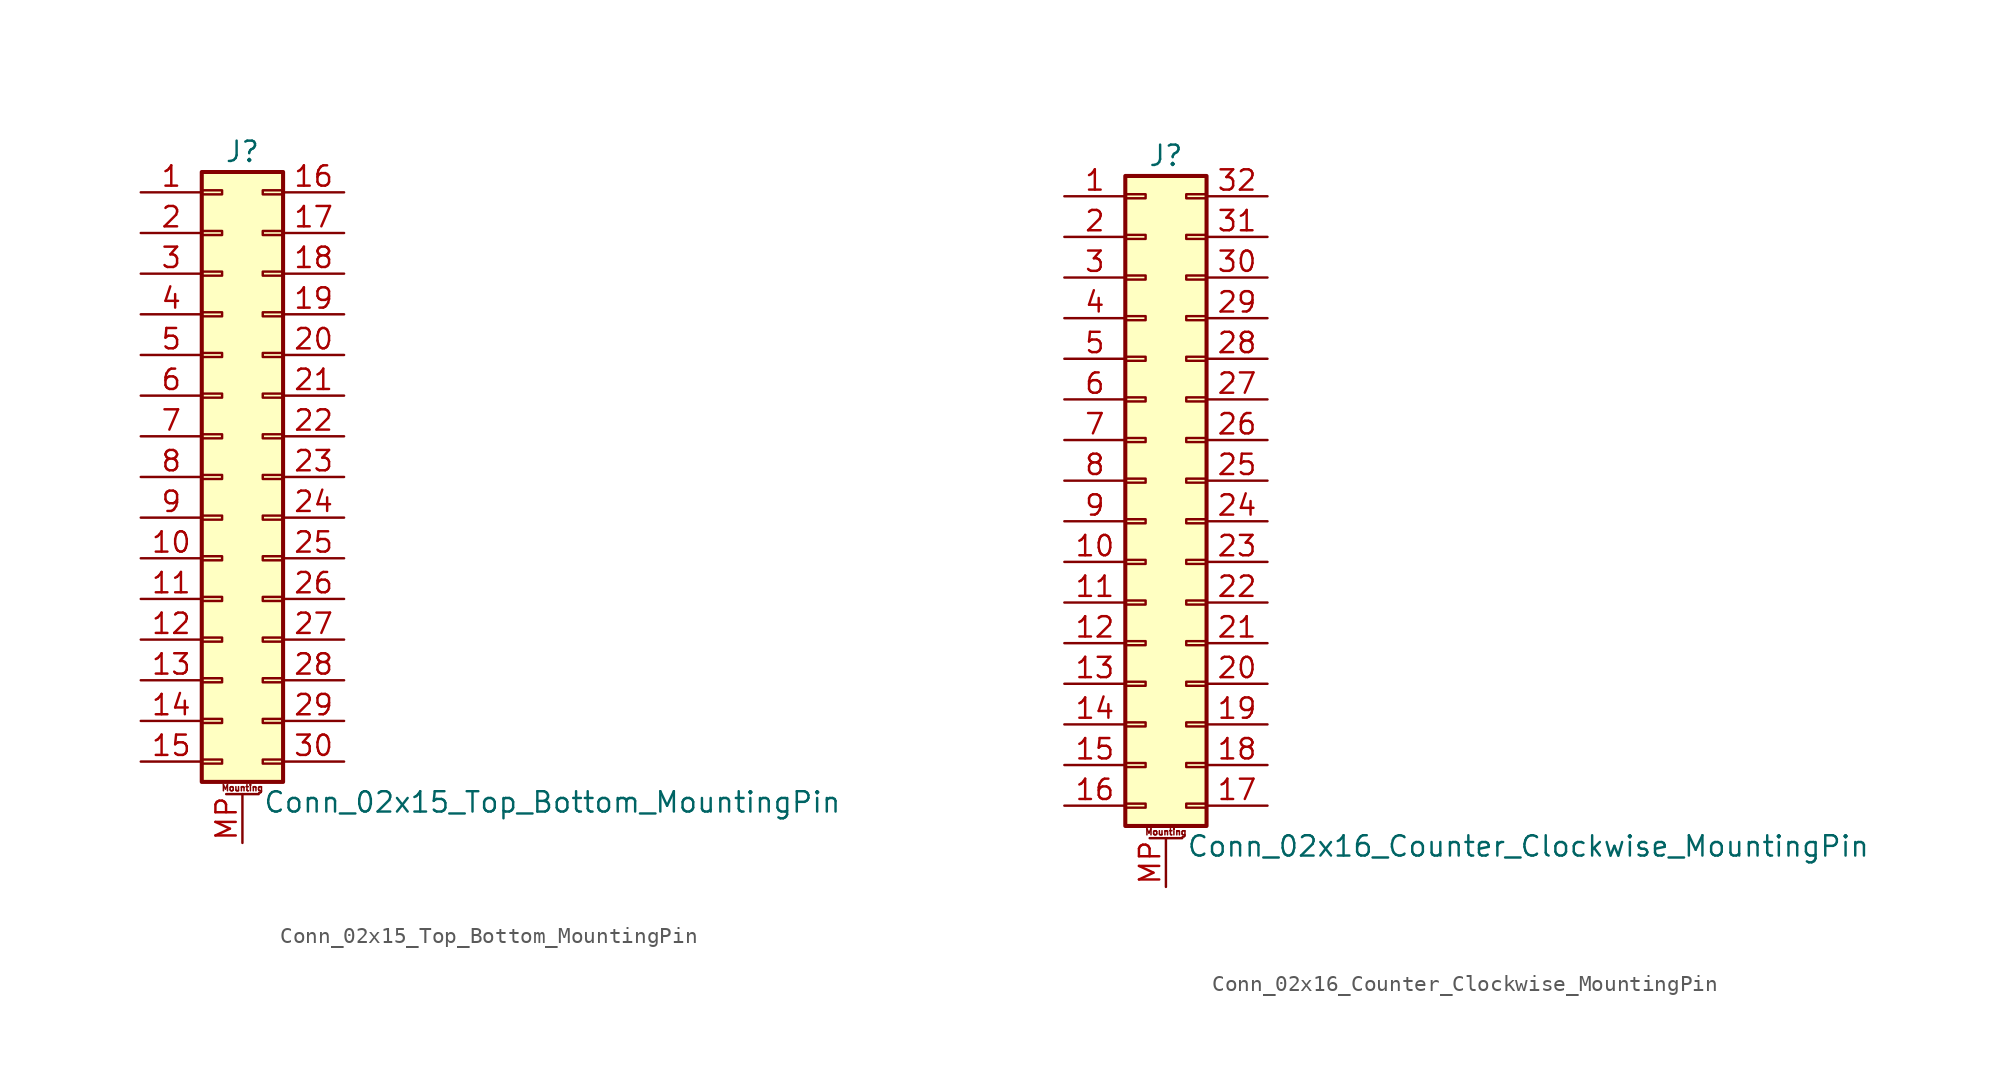
<source format=kicad_sym>
(kicad_symbol_lib
  (version 20201005)
  (generator kicad_symbol_editor)
  (symbol "Connector_Generic_MountingPin:Conn_02x15_Top_Bottom_MountingPin"
    (pin_names
      (offset 1.016) hide)
    (property "Reference" "J"
      (at 1.27 20.32 0)
      (effects (font (size 1.27 1.27))))
    (property "Value" "Conn_02x15_Top_Bottom_MountingPin"
      (at 2.54 -20.32 0)
      (effects (font (size 1.27 1.27)) (justify left)))
    (symbol "Conn_02x15_Top_Bottom_MountingPin_1_1"
      (text "Mounting" (at 1.27 -19.431 0) (effects (font (size 0.381 0.381))))
      (rectangle (start -1.27 -4.953) (end 0 -5.207) (stroke (width 0.152)) (fill (type none)))
      (rectangle (start -1.27 -7.493) (end 0 -7.747) (stroke (width 0.152)) (fill (type none)))
      (rectangle (start -1.27 -10.033) (end 0 -10.287) (stroke (width 0.152)) (fill (type none)))
      (rectangle (start -1.27 -12.573) (end 0 -12.827) (stroke (width 0.152)) (fill (type none)))
      (rectangle (start -1.27 -15.113) (end 0 -15.367) (stroke (width 0.152)) (fill (type none)))
      (rectangle (start -1.27 -17.653) (end 0 -17.907) (stroke (width 0.152)) (fill (type none)))
      (rectangle (start -1.27 -2.413) (end 0 -2.667) (stroke (width 0.152)) (fill (type none)))
      (rectangle (start -1.27 2.667) (end 0 2.413) (stroke (width 0.152)) (fill (type none)))
      (rectangle (start -1.27 5.207) (end 0 4.953) (stroke (width 0.152)) (fill (type none)))
      (rectangle (start -1.27 7.747) (end 0 7.493) (stroke (width 0.152)) (fill (type none)))
      (rectangle (start -1.27 10.287) (end 0 10.033) (stroke (width 0.152)) (fill (type none)))
      (rectangle (start -1.27 0.127) (end 0 -0.127) (stroke (width 0.152)) (fill (type none)))
      (rectangle (start -1.27 12.827) (end 0 12.573) (stroke (width 0.152)) (fill (type none)))
      (rectangle (start -1.27 15.367) (end 0 15.113) (stroke (width 0.152)) (fill (type none)))
      (rectangle (start -1.27 17.907) (end 0 17.653) (stroke (width 0.152)) (fill (type none)))
      (rectangle (start -1.27 19.05) (end 3.81 -19.05) (stroke (width 0.254)) (fill (type background)))
      (rectangle (start 3.81 -4.953) (end 2.54 -5.207) (stroke (width 0.152)) (fill (type none)))
      (rectangle (start 3.81 -7.493) (end 2.54 -7.747) (stroke (width 0.152)) (fill (type none)))
      (rectangle (start 3.81 -10.033) (end 2.54 -10.287) (stroke (width 0.152)) (fill (type none)))
      (rectangle (start 3.81 -12.573) (end 2.54 -12.827) (stroke (width 0.152)) (fill (type none)))
      (rectangle (start 3.81 -15.113) (end 2.54 -15.367) (stroke (width 0.152)) (fill (type none)))
      (rectangle (start 3.81 -17.653) (end 2.54 -17.907) (stroke (width 0.152)) (fill (type none)))
      (rectangle (start 3.81 -2.413) (end 2.54 -2.667) (stroke (width 0.152)) (fill (type none)))
      (rectangle (start 3.81 2.667) (end 2.54 2.413) (stroke (width 0.152)) (fill (type none)))
      (rectangle (start 3.81 5.207) (end 2.54 4.953) (stroke (width 0.152)) (fill (type none)))
      (rectangle (start 3.81 7.747) (end 2.54 7.493) (stroke (width 0.152)) (fill (type none)))
      (rectangle (start 3.81 10.287) (end 2.54 10.033) (stroke (width 0.152)) (fill (type none)))
      (rectangle (start 3.81 0.127) (end 2.54 -0.127) (stroke (width 0.152)) (fill (type none)))
      (rectangle (start 3.81 12.827) (end 2.54 12.573) (stroke (width 0.152)) (fill (type none)))
      (rectangle (start 3.81 15.367) (end 2.54 15.113) (stroke (width 0.152)) (fill (type none)))
      (rectangle (start 3.81 17.907) (end 2.54 17.653) (stroke (width 0.152)) (fill (type none)))
      (polyline (pts (xy 0.254 -19.812) (xy 2.286 -19.812)) (stroke (width 0.152)) (fill (type none)))
      (pin passive line (at 1.27 -22.86 90) (length 3.048) (name "MountPin" (effects (font (size 1.27 1.27)))) (number "MP" (effects (font (size 1.27 1.27)))))
      (pin passive line (at -5.08 17.78 0) (length 3.81) (name "Pin_1" (effects (font (size 1.27 1.27)))) (number "1" (effects (font (size 1.27 1.27)))))
      (pin passive line (at -5.08 -5.08 0) (length 3.81) (name "Pin_10" (effects (font (size 1.27 1.27)))) (number "10" (effects (font (size 1.27 1.27)))))
      (pin passive line (at -5.08 -7.62 0) (length 3.81) (name "Pin_11" (effects (font (size 1.27 1.27)))) (number "11" (effects (font (size 1.27 1.27)))))
      (pin passive line (at -5.08 -10.16 0) (length 3.81) (name "Pin_12" (effects (font (size 1.27 1.27)))) (number "12" (effects (font (size 1.27 1.27)))))
      (pin passive line (at -5.08 -12.7 0) (length 3.81) (name "Pin_13" (effects (font (size 1.27 1.27)))) (number "13" (effects (font (size 1.27 1.27)))))
      (pin passive line (at -5.08 -15.24 0) (length 3.81) (name "Pin_14" (effects (font (size 1.27 1.27)))) (number "14" (effects (font (size 1.27 1.27)))))
      (pin passive line (at -5.08 -17.78 0) (length 3.81) (name "Pin_15" (effects (font (size 1.27 1.27)))) (number "15" (effects (font (size 1.27 1.27)))))
      (pin passive line (at 7.62 17.78 180) (length 3.81) (name "Pin_16" (effects (font (size 1.27 1.27)))) (number "16" (effects (font (size 1.27 1.27)))))
      (pin passive line (at 7.62 15.24 180) (length 3.81) (name "Pin_17" (effects (font (size 1.27 1.27)))) (number "17" (effects (font (size 1.27 1.27)))))
      (pin passive line (at 7.62 12.7 180) (length 3.81) (name "Pin_18" (effects (font (size 1.27 1.27)))) (number "18" (effects (font (size 1.27 1.27)))))
      (pin passive line (at 7.62 10.16 180) (length 3.81) (name "Pin_19" (effects (font (size 1.27 1.27)))) (number "19" (effects (font (size 1.27 1.27)))))
      (pin passive line (at -5.08 15.24 0) (length 3.81) (name "Pin_2" (effects (font (size 1.27 1.27)))) (number "2" (effects (font (size 1.27 1.27)))))
      (pin passive line (at 7.62 7.62 180) (length 3.81) (name "Pin_20" (effects (font (size 1.27 1.27)))) (number "20" (effects (font (size 1.27 1.27)))))
      (pin passive line (at 7.62 5.08 180) (length 3.81) (name "Pin_21" (effects (font (size 1.27 1.27)))) (number "21" (effects (font (size 1.27 1.27)))))
      (pin passive line (at 7.62 2.54 180) (length 3.81) (name "Pin_22" (effects (font (size 1.27 1.27)))) (number "22" (effects (font (size 1.27 1.27)))))
      (pin passive line (at 7.62 0 180) (length 3.81) (name "Pin_23" (effects (font (size 1.27 1.27)))) (number "23" (effects (font (size 1.27 1.27)))))
      (pin passive line (at 7.62 -2.54 180) (length 3.81) (name "Pin_24" (effects (font (size 1.27 1.27)))) (number "24" (effects (font (size 1.27 1.27)))))
      (pin passive line (at 7.62 -5.08 180) (length 3.81) (name "Pin_25" (effects (font (size 1.27 1.27)))) (number "25" (effects (font (size 1.27 1.27)))))
      (pin passive line (at 7.62 -7.62 180) (length 3.81) (name "Pin_26" (effects (font (size 1.27 1.27)))) (number "26" (effects (font (size 1.27 1.27)))))
      (pin passive line (at 7.62 -10.16 180) (length 3.81) (name "Pin_27" (effects (font (size 1.27 1.27)))) (number "27" (effects (font (size 1.27 1.27)))))
      (pin passive line (at 7.62 -12.7 180) (length 3.81) (name "Pin_28" (effects (font (size 1.27 1.27)))) (number "28" (effects (font (size 1.27 1.27)))))
      (pin passive line (at 7.62 -15.24 180) (length 3.81) (name "Pin_29" (effects (font (size 1.27 1.27)))) (number "29" (effects (font (size 1.27 1.27)))))
      (pin passive line (at -5.08 12.7 0) (length 3.81) (name "Pin_3" (effects (font (size 1.27 1.27)))) (number "3" (effects (font (size 1.27 1.27)))))
      (pin passive line (at 7.62 -17.78 180) (length 3.81) (name "Pin_30" (effects (font (size 1.27 1.27)))) (number "30" (effects (font (size 1.27 1.27)))))
      (pin passive line (at -5.08 10.16 0) (length 3.81) (name "Pin_4" (effects (font (size 1.27 1.27)))) (number "4" (effects (font (size 1.27 1.27)))))
      (pin passive line (at -5.08 7.62 0) (length 3.81) (name "Pin_5" (effects (font (size 1.27 1.27)))) (number "5" (effects (font (size 1.27 1.27)))))
      (pin passive line (at -5.08 5.08 0) (length 3.81) (name "Pin_6" (effects (font (size 1.27 1.27)))) (number "6" (effects (font (size 1.27 1.27)))))
      (pin passive line (at -5.08 2.54 0) (length 3.81) (name "Pin_7" (effects (font (size 1.27 1.27)))) (number "7" (effects (font (size 1.27 1.27)))))
      (pin passive line (at -5.08 0 0) (length 3.81) (name "Pin_8" (effects (font (size 1.27 1.27)))) (number "8" (effects (font (size 1.27 1.27)))))
      (pin passive line (at -5.08 -2.54 0) (length 3.81) (name "Pin_9" (effects (font (size 1.27 1.27)))) (number "9" (effects (font (size 1.27 1.27)))))))
  (symbol "Connector_Generic_MountingPin:Conn_02x16_Counter_Clockwise_MountingPin"
    (pin_names
      (offset 1.016) hide)
    (property "Reference" "J"
      (at 1.27 20.32 0)
      (effects (font (size 1.27 1.27))))
    (property "Value" "Conn_02x16_Counter_Clockwise_MountingPin"
      (at 2.54 -22.86 0)
      (effects (font (size 1.27 1.27)) (justify left)))
    (symbol "Conn_02x16_Counter_Clockwise_MountingPin_1_1"
      (text "Mounting" (at 1.27 -21.971 0) (effects (font (size 0.381 0.381))))
      (rectangle (start -1.27 -4.953) (end 0 -5.207) (stroke (width 0.152)) (fill (type none)))
      (rectangle (start -1.27 -7.493) (end 0 -7.747) (stroke (width 0.152)) (fill (type none)))
      (rectangle (start -1.27 -10.033) (end 0 -10.287) (stroke (width 0.152)) (fill (type none)))
      (rectangle (start -1.27 -12.573) (end 0 -12.827) (stroke (width 0.152)) (fill (type none)))
      (rectangle (start -1.27 -15.113) (end 0 -15.367) (stroke (width 0.152)) (fill (type none)))
      (rectangle (start -1.27 -17.653) (end 0 -17.907) (stroke (width 0.152)) (fill (type none)))
      (rectangle (start -1.27 -20.193) (end 0 -20.447) (stroke (width 0.152)) (fill (type none)))
      (rectangle (start -1.27 -2.413) (end 0 -2.667) (stroke (width 0.152)) (fill (type none)))
      (rectangle (start -1.27 2.667) (end 0 2.413) (stroke (width 0.152)) (fill (type none)))
      (rectangle (start -1.27 5.207) (end 0 4.953) (stroke (width 0.152)) (fill (type none)))
      (rectangle (start -1.27 7.747) (end 0 7.493) (stroke (width 0.152)) (fill (type none)))
      (rectangle (start -1.27 10.287) (end 0 10.033) (stroke (width 0.152)) (fill (type none)))
      (rectangle (start -1.27 0.127) (end 0 -0.127) (stroke (width 0.152)) (fill (type none)))
      (rectangle (start -1.27 12.827) (end 0 12.573) (stroke (width 0.152)) (fill (type none)))
      (rectangle (start -1.27 15.367) (end 0 15.113) (stroke (width 0.152)) (fill (type none)))
      (rectangle (start -1.27 17.907) (end 0 17.653) (stroke (width 0.152)) (fill (type none)))
      (rectangle (start -1.27 19.05) (end 3.81 -21.59) (stroke (width 0.254)) (fill (type background)))
      (rectangle (start 3.81 -4.953) (end 2.54 -5.207) (stroke (width 0.152)) (fill (type none)))
      (rectangle (start 3.81 -7.493) (end 2.54 -7.747) (stroke (width 0.152)) (fill (type none)))
      (rectangle (start 3.81 -10.033) (end 2.54 -10.287) (stroke (width 0.152)) (fill (type none)))
      (rectangle (start 3.81 -12.573) (end 2.54 -12.827) (stroke (width 0.152)) (fill (type none)))
      (rectangle (start 3.81 -15.113) (end 2.54 -15.367) (stroke (width 0.152)) (fill (type none)))
      (rectangle (start 3.81 -17.653) (end 2.54 -17.907) (stroke (width 0.152)) (fill (type none)))
      (rectangle (start 3.81 -20.193) (end 2.54 -20.447) (stroke (width 0.152)) (fill (type none)))
      (rectangle (start 3.81 -2.413) (end 2.54 -2.667) (stroke (width 0.152)) (fill (type none)))
      (rectangle (start 3.81 2.667) (end 2.54 2.413) (stroke (width 0.152)) (fill (type none)))
      (rectangle (start 3.81 5.207) (end 2.54 4.953) (stroke (width 0.152)) (fill (type none)))
      (rectangle (start 3.81 7.747) (end 2.54 7.493) (stroke (width 0.152)) (fill (type none)))
      (rectangle (start 3.81 10.287) (end 2.54 10.033) (stroke (width 0.152)) (fill (type none)))
      (rectangle (start 3.81 0.127) (end 2.54 -0.127) (stroke (width 0.152)) (fill (type none)))
      (rectangle (start 3.81 12.827) (end 2.54 12.573) (stroke (width 0.152)) (fill (type none)))
      (rectangle (start 3.81 15.367) (end 2.54 15.113) (stroke (width 0.152)) (fill (type none)))
      (rectangle (start 3.81 17.907) (end 2.54 17.653) (stroke (width 0.152)) (fill (type none)))
      (polyline (pts (xy 0.254 -22.352) (xy 2.286 -22.352)) (stroke (width 0.152)) (fill (type none)))
      (pin passive line (at 1.27 -25.4 90) (length 3.048) (name "MountPin" (effects (font (size 1.27 1.27)))) (number "MP" (effects (font (size 1.27 1.27)))))
      (pin passive line (at -5.08 17.78 0) (length 3.81) (name "Pin_1" (effects (font (size 1.27 1.27)))) (number "1" (effects (font (size 1.27 1.27)))))
      (pin passive line (at -5.08 -5.08 0) (length 3.81) (name "Pin_10" (effects (font (size 1.27 1.27)))) (number "10" (effects (font (size 1.27 1.27)))))
      (pin passive line (at -5.08 -7.62 0) (length 3.81) (name "Pin_11" (effects (font (size 1.27 1.27)))) (number "11" (effects (font (size 1.27 1.27)))))
      (pin passive line (at -5.08 -10.16 0) (length 3.81) (name "Pin_12" (effects (font (size 1.27 1.27)))) (number "12" (effects (font (size 1.27 1.27)))))
      (pin passive line (at -5.08 -12.7 0) (length 3.81) (name "Pin_13" (effects (font (size 1.27 1.27)))) (number "13" (effects (font (size 1.27 1.27)))))
      (pin passive line (at -5.08 -15.24 0) (length 3.81) (name "Pin_14" (effects (font (size 1.27 1.27)))) (number "14" (effects (font (size 1.27 1.27)))))
      (pin passive line (at -5.08 -17.78 0) (length 3.81) (name "Pin_15" (effects (font (size 1.27 1.27)))) (number "15" (effects (font (size 1.27 1.27)))))
      (pin passive line (at -5.08 -20.32 0) (length 3.81) (name "Pin_16" (effects (font (size 1.27 1.27)))) (number "16" (effects (font (size 1.27 1.27)))))
      (pin passive line (at 7.62 -20.32 180) (length 3.81) (name "Pin_17" (effects (font (size 1.27 1.27)))) (number "17" (effects (font (size 1.27 1.27)))))
      (pin passive line (at 7.62 -17.78 180) (length 3.81) (name "Pin_18" (effects (font (size 1.27 1.27)))) (number "18" (effects (font (size 1.27 1.27)))))
      (pin passive line (at 7.62 -15.24 180) (length 3.81) (name "Pin_19" (effects (font (size 1.27 1.27)))) (number "19" (effects (font (size 1.27 1.27)))))
      (pin passive line (at -5.08 15.24 0) (length 3.81) (name "Pin_2" (effects (font (size 1.27 1.27)))) (number "2" (effects (font (size 1.27 1.27)))))
      (pin passive line (at 7.62 -12.7 180) (length 3.81) (name "Pin_20" (effects (font (size 1.27 1.27)))) (number "20" (effects (font (size 1.27 1.27)))))
      (pin passive line (at 7.62 -10.16 180) (length 3.81) (name "Pin_21" (effects (font (size 1.27 1.27)))) (number "21" (effects (font (size 1.27 1.27)))))
      (pin passive line (at 7.62 -7.62 180) (length 3.81) (name "Pin_22" (effects (font (size 1.27 1.27)))) (number "22" (effects (font (size 1.27 1.27)))))
      (pin passive line (at 7.62 -5.08 180) (length 3.81) (name "Pin_23" (effects (font (size 1.27 1.27)))) (number "23" (effects (font (size 1.27 1.27)))))
      (pin passive line (at 7.62 -2.54 180) (length 3.81) (name "Pin_24" (effects (font (size 1.27 1.27)))) (number "24" (effects (font (size 1.27 1.27)))))
      (pin passive line (at 7.62 0 180) (length 3.81) (name "Pin_25" (effects (font (size 1.27 1.27)))) (number "25" (effects (font (size 1.27 1.27)))))
      (pin passive line (at 7.62 2.54 180) (length 3.81) (name "Pin_26" (effects (font (size 1.27 1.27)))) (number "26" (effects (font (size 1.27 1.27)))))
      (pin passive line (at 7.62 5.08 180) (length 3.81) (name "Pin_27" (effects (font (size 1.27 1.27)))) (number "27" (effects (font (size 1.27 1.27)))))
      (pin passive line (at 7.62 7.62 180) (length 3.81) (name "Pin_28" (effects (font (size 1.27 1.27)))) (number "28" (effects (font (size 1.27 1.27)))))
      (pin passive line (at 7.62 10.16 180) (length 3.81) (name "Pin_29" (effects (font (size 1.27 1.27)))) (number "29" (effects (font (size 1.27 1.27)))))
      (pin passive line (at -5.08 12.7 0) (length 3.81) (name "Pin_3" (effects (font (size 1.27 1.27)))) (number "3" (effects (font (size 1.27 1.27)))))
      (pin passive line (at 7.62 12.7 180) (length 3.81) (name "Pin_30" (effects (font (size 1.27 1.27)))) (number "30" (effects (font (size 1.27 1.27)))))
      (pin passive line (at 7.62 15.24 180) (length 3.81) (name "Pin_31" (effects (font (size 1.27 1.27)))) (number "31" (effects (font (size 1.27 1.27)))))
      (pin passive line (at 7.62 17.78 180) (length 3.81) (name "Pin_32" (effects (font (size 1.27 1.27)))) (number "32" (effects (font (size 1.27 1.27)))))
      (pin passive line (at -5.08 10.16 0) (length 3.81) (name "Pin_4" (effects (font (size 1.27 1.27)))) (number "4" (effects (font (size 1.27 1.27)))))
      (pin passive line (at -5.08 7.62 0) (length 3.81) (name "Pin_5" (effects (font (size 1.27 1.27)))) (number "5" (effects (font (size 1.27 1.27)))))
      (pin passive line (at -5.08 5.08 0) (length 3.81) (name "Pin_6" (effects (font (size 1.27 1.27)))) (number "6" (effects (font (size 1.27 1.27)))))
      (pin passive line (at -5.08 2.54 0) (length 3.81) (name "Pin_7" (effects (font (size 1.27 1.27)))) (number "7" (effects (font (size 1.27 1.27)))))
      (pin passive line (at -5.08 0 0) (length 3.81) (name "Pin_8" (effects (font (size 1.27 1.27)))) (number "8" (effects (font (size 1.27 1.27)))))
      (pin passive line (at -5.08 -2.54 0) (length 3.81) (name "Pin_9" (effects (font (size 1.27 1.27)))) (number "9" (effects (font (size 1.27 1.27))))))))
</source>
